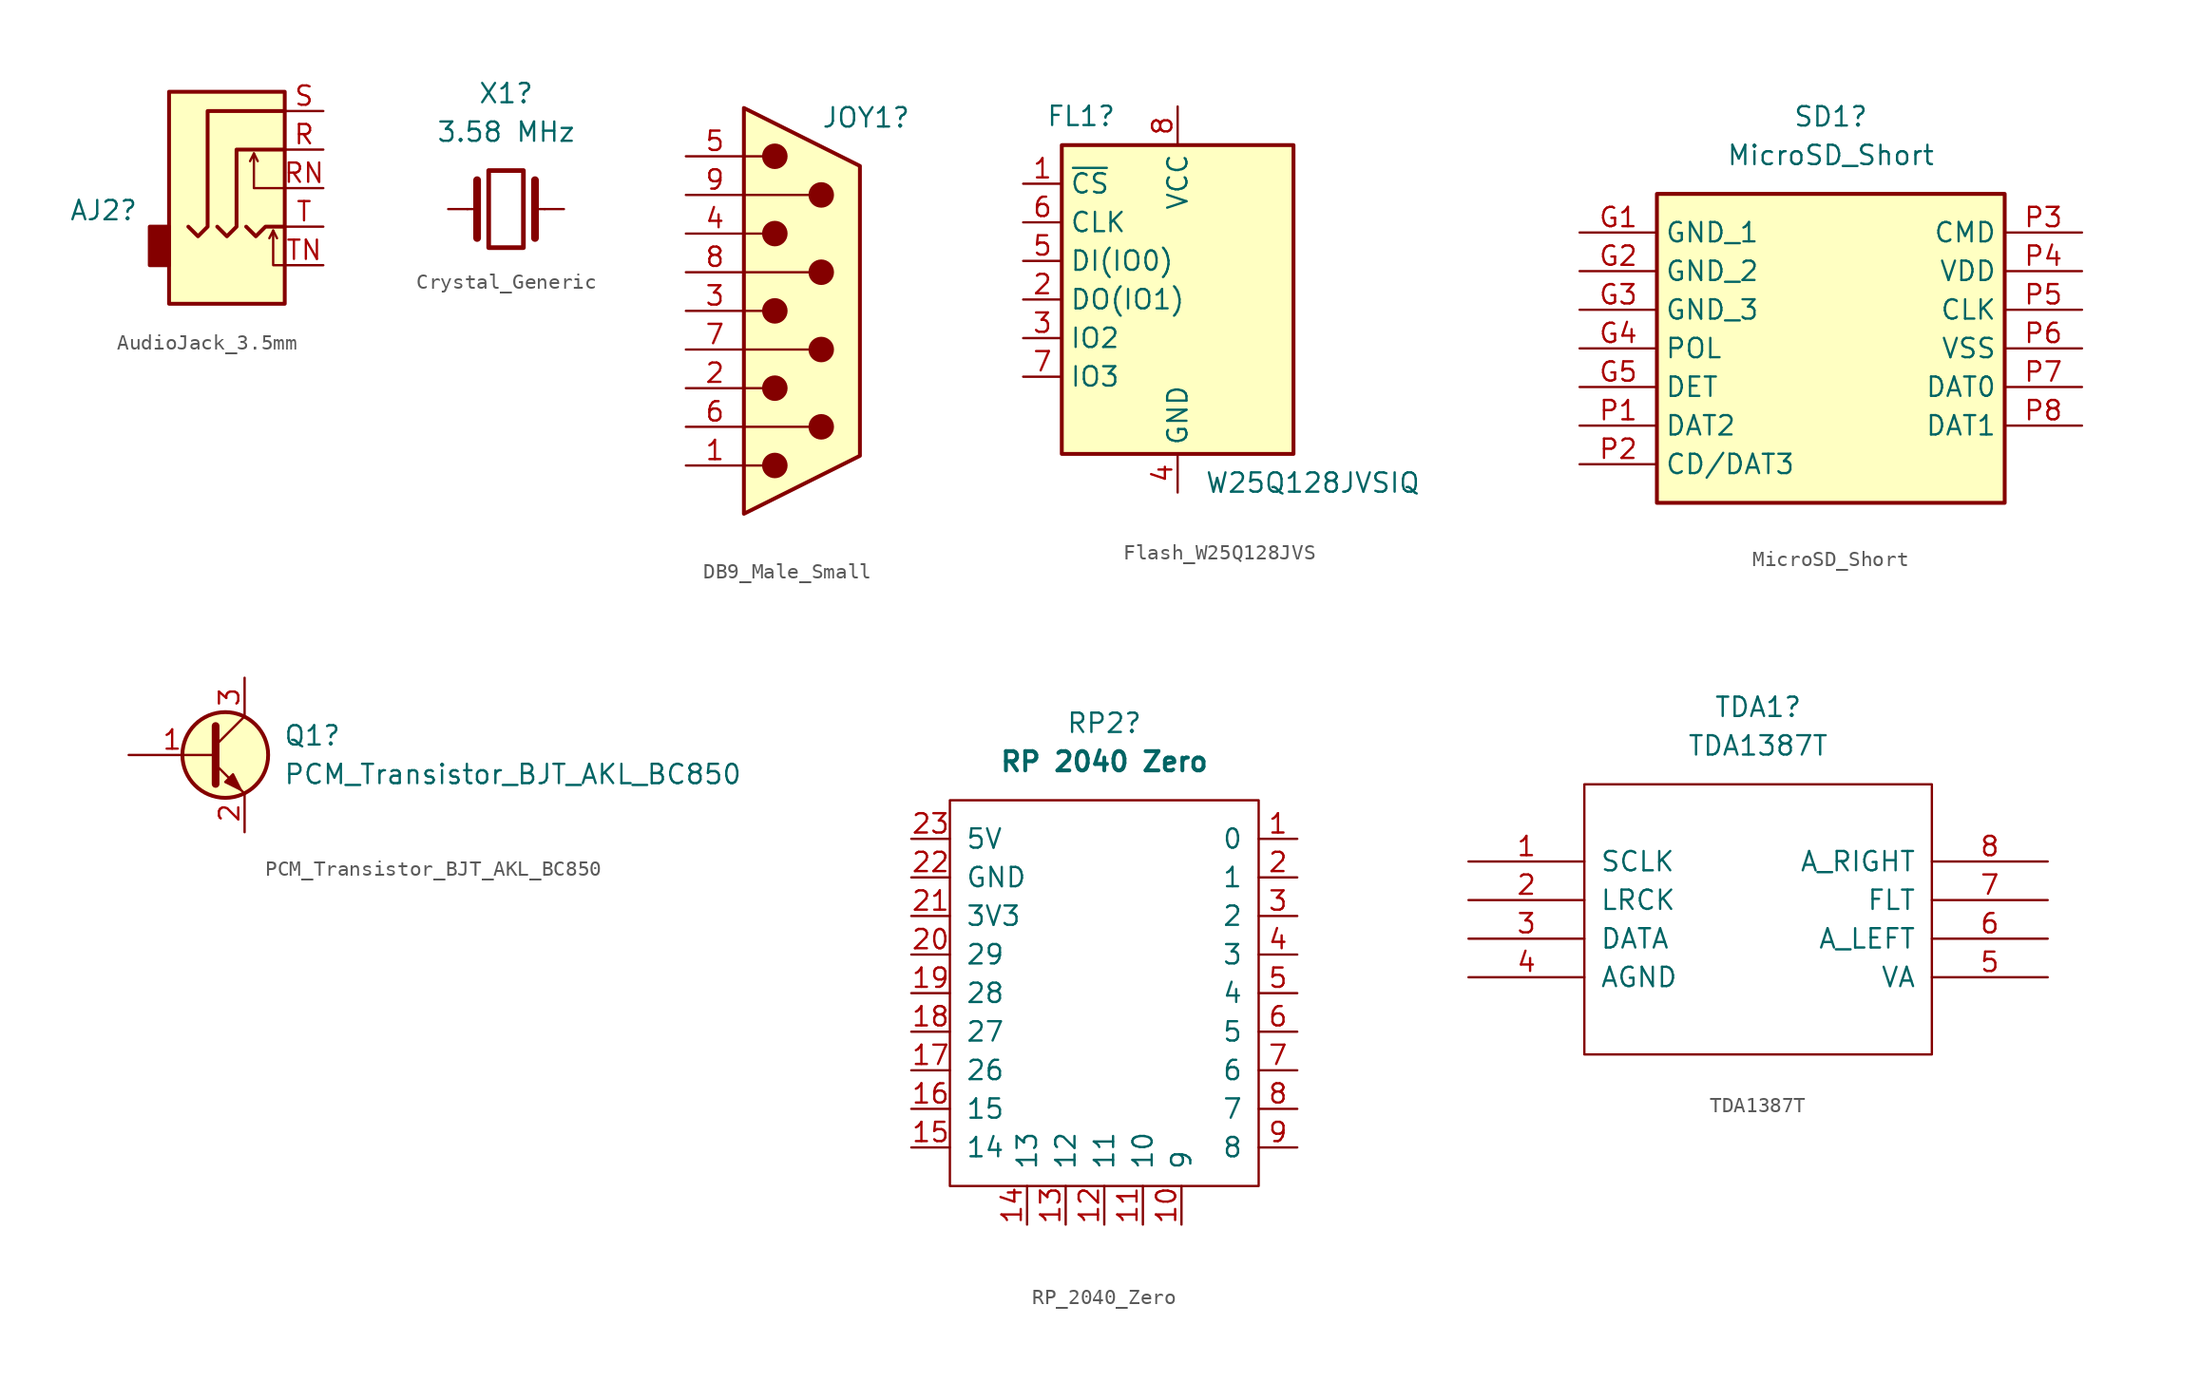
<source format=kicad_sym>
(kicad_symbol_lib
  (version 20241209)
  (generator "kicad_symbol_editor")
  (generator_version "9.0")
  (symbol "AudioJack_3.5mm"
    (property "Reference" "AJ2"
      (at -7.112 -4.01 0)
      (effects (font (size 1.27 1.27)) (justify right)))
    (symbol "AudioJack_3.5mm_0_1"
      (rectangle (start -5.08 -5.08) (end -6.35 -7.62) (stroke (width 0.254) (type default)) (fill (type outline)))
      (polyline (pts (xy -1.905 -5.08) (xy -1.27 -5.715) (xy -0.635 -5.08) (xy -0.635 0) (xy 2.54 0)) (stroke (width 0.254) (type default)) (fill (type none)))
      (polyline (pts (xy 0 -5.08) (xy 0.635 -5.715) (xy 1.27 -5.08) (xy 2.54 -5.08)) (stroke (width 0.254) (type default)) (fill (type none)))
      (polyline (pts (xy 0.508 -0.254) (xy 0.762 -0.762)) (stroke (width 0) (type default)) (fill (type none)))
      (polyline (pts (xy 1.778 -5.334) (xy 2.032 -5.842)) (stroke (width 0) (type default)) (fill (type none)))
      (rectangle (start 2.54 3.81) (end -5.08 -10.16) (stroke (width 0.254) (type default)) (fill (type background)))
      (polyline (pts (xy 2.54 2.54) (xy -2.54 2.54) (xy -2.54 -5.08) (xy -3.175 -5.715) (xy -3.81 -5.08)) (stroke (width 0.254) (type default)) (fill (type none)))
      (polyline (pts (xy 2.54 -2.54) (xy 0.508 -2.54) (xy 0.508 -0.254) (xy 0.254 -0.762)) (stroke (width 0) (type default)) (fill (type none)))
      (polyline (pts (xy 2.54 -7.62) (xy 1.778 -7.62) (xy 1.778 -5.334) (xy 1.524 -5.842)) (stroke (width 0) (type default)) (fill (type none))))
    (symbol "AudioJack_3.5mm_1_1"
      (pin passive line (at 5.08 2.54 180) (length 2.54) (name "~" (effects (font (size 1.27 1.27)))) (number "S" (effects (font (size 1.27 1.27)))))
      (pin passive line (at 5.08 0 180) (length 2.54) (name "~" (effects (font (size 1.27 1.27)))) (number "R" (effects (font (size 1.27 1.27)))))
      (pin passive line (at 5.08 -2.54 180) (length 2.54) (name "~" (effects (font (size 1.27 1.27)))) (number "RN" (effects (font (size 1.27 1.27)))))
      (pin passive line (at 5.08 -5.08 180) (length 2.54) (name "~" (effects (font (size 1.27 1.27)))) (number "T" (effects (font (size 1.27 1.27)))))
      (pin passive line (at 5.08 -7.62 180) (length 2.54) (name "~" (effects (font (size 1.27 1.27)))) (number "TN" (effects (font (size 1.27 1.27)))))))
  (symbol "Crystal_Generic"
    (pin_numbers
      (hide yes))
    (pin_names
      (offset 1.016)
      (hide yes))
    (property "Reference" "X1"
      (at 0 7.62 0)
      (effects (font (size 1.27 1.27))))
    (property "Value" "3.58 MHz"
      (at 0 5.08 0)
      (effects (font (size 1.27 1.27))))
    (symbol "Crystal_Generic_0_1"
      (polyline (pts (xy -2.54 0) (xy -1.905 0)) (stroke (width 0) (type default)) (fill (type none)))
      (polyline (pts (xy -1.905 -1.905) (xy -1.905 1.905)) (stroke (width 0.508) (type default)) (fill (type none)))
      (rectangle (start -1.143 2.54) (end 1.143 -2.54) (stroke (width 0.305) (type default)) (fill (type none)))
      (polyline (pts (xy 1.905 -1.905) (xy 1.905 1.905)) (stroke (width 0.508) (type default)) (fill (type none)))
      (polyline (pts (xy 2.54 0) (xy 1.905 0)) (stroke (width 0) (type default)) (fill (type none))))
    (symbol "Crystal_Generic_1_1"
      (pin passive line (at -3.81 0 0) (length 1.27) (name "1" (effects (font (size 1.27 1.27)))) (number "1" (effects (font (size 1.27 1.27)))))
      (pin passive line (at 3.81 0 180) (length 1.27) (name "2" (effects (font (size 1.27 1.27)))) (number "2" (effects (font (size 1.27 1.27)))))))
  (symbol "DB9_Male_Small"
    (pin_names
      (offset 1.016)
      (hide yes))
    (property "Reference" "JOY1"
      (at 1.27 12.7 0)
      (effects (font (size 1.27 1.27)) (justify left)))
    (symbol "DB9_Male_Small_0_1"
      (polyline (pts (xy -3.81 10.16) (xy -2.54 10.16)) (stroke (width 0) (type default)) (fill (type none)))
      (polyline (pts (xy -3.81 7.62) (xy 0.508 7.62)) (stroke (width 0) (type default)) (fill (type none)))
      (polyline (pts (xy -3.81 5.08) (xy -2.54 5.08)) (stroke (width 0) (type default)) (fill (type none)))
      (polyline (pts (xy -3.81 2.54) (xy 0.508 2.54)) (stroke (width 0) (type default)) (fill (type none)))
      (polyline (pts (xy -3.81 0) (xy -2.54 0)) (stroke (width 0) (type default)) (fill (type none)))
      (polyline (pts (xy -3.81 -2.54) (xy 0.508 -2.54)) (stroke (width 0) (type default)) (fill (type none)))
      (polyline (pts (xy -3.81 -5.08) (xy -2.54 -5.08)) (stroke (width 0) (type default)) (fill (type none)))
      (polyline (pts (xy -3.81 -7.62) (xy 0.508 -7.62)) (stroke (width 0) (type default)) (fill (type none)))
      (polyline (pts (xy -3.81 -10.16) (xy -2.54 -10.16)) (stroke (width 0) (type default)) (fill (type none)))
      (polyline (pts (xy -3.81 -13.335) (xy -3.81 13.335) (xy 3.81 9.525) (xy 3.81 -9.525) (xy -3.81 -13.335)) (stroke (width 0.254) (type default)) (fill (type background)))
      (circle (center -1.778 10.16) (radius 0.762) (stroke (width 0) (type default)) (fill (type outline)))
      (circle (center -1.778 5.08) (radius 0.762) (stroke (width 0) (type default)) (fill (type outline)))
      (circle (center -1.778 0) (radius 0.762) (stroke (width 0) (type default)) (fill (type outline)))
      (circle (center -1.778 -5.08) (radius 0.762) (stroke (width 0) (type default)) (fill (type outline)))
      (circle (center -1.778 -10.16) (radius 0.762) (stroke (width 0) (type default)) (fill (type outline)))
      (circle (center 1.27 7.62) (radius 0.762) (stroke (width 0) (type default)) (fill (type outline)))
      (circle (center 1.27 2.54) (radius 0.762) (stroke (width 0) (type default)) (fill (type outline)))
      (circle (center 1.27 -2.54) (radius 0.762) (stroke (width 0) (type default)) (fill (type outline)))
      (circle (center 1.27 -7.62) (radius 0.762) (stroke (width 0) (type default)) (fill (type outline))))
    (symbol "DB9_Male_Small_1_1"
      (pin passive line (at -7.62 10.16 0) (length 3.81) (name "5" (effects (font (size 1.27 1.27)))) (number "5" (effects (font (size 1.27 1.27)))))
      (pin passive line (at -7.62 7.62 0) (length 3.81) (name "9" (effects (font (size 1.27 1.27)))) (number "9" (effects (font (size 1.27 1.27)))))
      (pin passive line (at -7.62 5.08 0) (length 3.81) (name "4" (effects (font (size 1.27 1.27)))) (number "4" (effects (font (size 1.27 1.27)))))
      (pin passive line (at -7.62 2.54 0) (length 3.81) (name "8" (effects (font (size 1.27 1.27)))) (number "8" (effects (font (size 1.27 1.27)))))
      (pin passive line (at -7.62 0 0) (length 3.81) (name "3" (effects (font (size 1.27 1.27)))) (number "3" (effects (font (size 1.27 1.27)))))
      (pin passive line (at -7.62 -2.54 0) (length 3.81) (name "7" (effects (font (size 1.27 1.27)))) (number "7" (effects (font (size 1.27 1.27)))))
      (pin passive line (at -7.62 -5.08 0) (length 3.81) (name "2" (effects (font (size 1.27 1.27)))) (number "2" (effects (font (size 1.27 1.27)))))
      (pin passive line (at -7.62 -7.62 0) (length 3.81) (name "6" (effects (font (size 1.27 1.27)))) (number "6" (effects (font (size 1.27 1.27)))))
      (pin passive line (at -7.62 -10.16 0) (length 3.81) (name "1" (effects (font (size 1.27 1.27)))) (number "1" (effects (font (size 1.27 1.27)))))))
  (symbol "Flash_W25Q128JVS"
    (property "Reference" "FL1"
      (at -6.35 12.065 0)
      (effects (font (size 1.27 1.27))))
    (property "Value" "W25Q128JVSIQ"
      (at 8.89 -12.065 0)
      (effects (font (size 1.27 1.27))))
    (symbol "Flash_W25Q128JVS_0_1"
      (rectangle (start -7.62 10.16) (end 7.62 -10.16) (stroke (width 0.254) (type default)) (fill (type background))))
    (symbol "Flash_W25Q128JVS_1_1"
      (pin input line (at -10.16 7.62 0) (length 2.54) (name "~{CS}" (effects (font (size 1.27 1.27)))) (number "1" (effects (font (size 1.27 1.27)))))
      (pin input line (at -10.16 5.08 0) (length 2.54) (name "CLK" (effects (font (size 1.27 1.27)))) (number "6" (effects (font (size 1.27 1.27)))))
      (pin bidirectional line (at -10.16 2.54 0) (length 2.54) (name "DI(IO0)" (effects (font (size 1.27 1.27)))) (number "5" (effects (font (size 1.27 1.27)))))
      (pin bidirectional line (at -10.16 0 0) (length 2.54) (name "DO(IO1)" (effects (font (size 1.27 1.27)))) (number "2" (effects (font (size 1.27 1.27)))))
      (pin bidirectional line (at -10.16 -2.54 0) (length 2.54) (name "IO2" (effects (font (size 1.27 1.27)))) (number "3" (effects (font (size 1.27 1.27)))))
      (pin bidirectional line (at -10.16 -5.08 0) (length 2.54) (name "IO3" (effects (font (size 1.27 1.27)))) (number "7" (effects (font (size 1.27 1.27)))))
      (pin power_in line (at 0 12.7 270) (length 2.54) (name "VCC" (effects (font (size 1.27 1.27)))) (number "8" (effects (font (size 1.27 1.27)))))
      (pin power_in line (at 0 -12.7 90) (length 2.54) (name "GND" (effects (font (size 1.27 1.27)))) (number "4" (effects (font (size 1.27 1.27)))))))
  (symbol "MicroSD_Short"
    (property "Reference" "SD1"
      (at 16.51 7.62 0)
      (effects (font (size 1.27 1.27))))
    (property "Value" "MicroSD_Short"
      (at 16.51 5.08 0)
      (effects (font (size 1.27 1.27))))
    (symbol "MicroSD_Short_1_1"
      (rectangle (start 5.08 2.54) (end 27.94 -17.78) (stroke (width 0.254) (type default)) (fill (type background)))
      (pin passive line (at 0 0 0) (length 5.08) (name "GND_1" (effects (font (size 1.27 1.27)))) (number "G1" (effects (font (size 1.27 1.27)))))
      (pin passive line (at 0 -2.54 0) (length 5.08) (name "GND_2" (effects (font (size 1.27 1.27)))) (number "G2" (effects (font (size 1.27 1.27)))))
      (pin passive line (at 0 -5.08 0) (length 5.08) (name "GND_3" (effects (font (size 1.27 1.27)))) (number "G3" (effects (font (size 1.27 1.27)))))
      (pin passive line (at 0 -7.62 0) (length 5.08) (name "POL" (effects (font (size 1.27 1.27)))) (number "G4" (effects (font (size 1.27 1.27)))))
      (pin passive line (at 0 -10.16 0) (length 5.08) (name "DET" (effects (font (size 1.27 1.27)))) (number "G5" (effects (font (size 1.27 1.27)))))
      (pin passive line (at 0 -12.7 0) (length 5.08) (name "DAT2" (effects (font (size 1.27 1.27)))) (number "P1" (effects (font (size 1.27 1.27)))))
      (pin passive line (at 0 -15.24 0) (length 5.08) (name "CD/DAT3" (effects (font (size 1.27 1.27)))) (number "P2" (effects (font (size 1.27 1.27)))))
      (pin passive line (at 33.02 0 180) (length 5.08) (name "CMD" (effects (font (size 1.27 1.27)))) (number "P3" (effects (font (size 1.27 1.27)))))
      (pin passive line (at 33.02 -2.54 180) (length 5.08) (name "VDD" (effects (font (size 1.27 1.27)))) (number "P4" (effects (font (size 1.27 1.27)))))
      (pin passive line (at 33.02 -5.08 180) (length 5.08) (name "CLK" (effects (font (size 1.27 1.27)))) (number "P5" (effects (font (size 1.27 1.27)))))
      (pin passive line (at 33.02 -7.62 180) (length 5.08) (name "VSS" (effects (font (size 1.27 1.27)))) (number "P6" (effects (font (size 1.27 1.27)))))
      (pin passive line (at 33.02 -10.16 180) (length 5.08) (name "DAT0" (effects (font (size 1.27 1.27)))) (number "P7" (effects (font (size 1.27 1.27)))))
      (pin passive line (at 33.02 -12.7 180) (length 5.08) (name "DAT1" (effects (font (size 1.27 1.27)))) (number "P8" (effects (font (size 1.27 1.27)))))))
  (symbol "PCM_Transistor_BJT_AKL_BC850"
    (pin_names
      (hide yes))
    (property "Reference" "Q1"
      (at 5.08 1.27 0)
      (effects (font (size 1.27 1.27)) (justify left)))
    (property "Value" "PCM_Transistor_BJT_AKL_BC850"
      (at 5.08 -1.27 0)
      (effects (font (size 1.27 1.27)) (justify left)))
    (symbol "PCM_Transistor_BJT_AKL_BC850_0_1"
      (polyline (pts (xy 0.635 1.905) (xy 0.635 -1.905) (xy 0.635 -1.905)) (stroke (width 0.508) (type default)) (fill (type none)))
      (polyline (pts (xy 0.635 0.635) (xy 2.54 2.54)) (stroke (width 0) (type default)) (fill (type none)))
      (polyline (pts (xy 0.635 -0.635) (xy 2.54 -2.54) (xy 2.54 -2.54)) (stroke (width 0) (type default)) (fill (type none)))
      (circle (center 1.27 0) (radius 2.819) (stroke (width 0.254) (type default)) (fill (type background)))
      (polyline (pts (xy 1.27 -1.778) (xy 1.778 -1.27) (xy 2.286 -2.286) (xy 1.27 -1.778) (xy 1.27 -1.778)) (stroke (width 0) (type default)) (fill (type outline))))
    (symbol "PCM_Transistor_BJT_AKL_BC850_1_1"
      (pin input line (at -5.08 0 0) (length 5.715) (name "B" (effects (font (size 1.27 1.27)))) (number "1" (effects (font (size 1.27 1.27)))))
      (pin passive line (at 2.54 5.08 270) (length 2.54) (name "C" (effects (font (size 1.27 1.27)))) (number "3" (effects (font (size 1.27 1.27)))))
      (pin passive line (at 2.54 -5.08 90) (length 2.54) (name "E" (effects (font (size 1.27 1.27)))) (number "2" (effects (font (size 1.27 1.27)))))))
  (symbol "RP_2040_Zero"
    (pin_names
      (offset 1.016))
    (property "Reference" "RP2"
      (at 0 16.51 0)
      (effects (font (size 1.27 1.27))))
    (property "Value" "RP 2040 Zero"
      (at 0 13.97 0)
      (effects (font (size 1.27 1.27) (bold yes))))
    (symbol "RP_2040_Zero_0_1"
      (rectangle (start -10.16 11.43) (end 10.16 -13.97) (stroke (width 0) (type default)) (fill (type none))))
    (symbol "RP_2040_Zero_1_1"
      (pin power_out line (at -12.7 8.89 0) (length 2.54) (name "5V" (effects (font (size 1.27 1.27)))) (number "23" (effects (font (size 1.27 1.27)))))
      (pin power_out line (at -12.7 6.35 0) (length 2.54) (name "GND" (effects (font (size 1.27 1.27)))) (number "22" (effects (font (size 1.27 1.27)))))
      (pin power_out line (at -12.7 3.81 0) (length 2.54) (name "3V3" (effects (font (size 1.27 1.27)))) (number "21" (effects (font (size 1.27 1.27)))))
      (pin bidirectional line (at -12.7 1.27 0) (length 2.54) (name "29" (effects (font (size 1.27 1.27)))) (number "20" (effects (font (size 1.27 1.27)))))
      (pin bidirectional line (at -12.7 -1.27 0) (length 2.54) (name "28" (effects (font (size 1.27 1.27)))) (number "19" (effects (font (size 1.27 1.27)))))
      (pin bidirectional line (at -12.7 -3.81 0) (length 2.54) (name "27" (effects (font (size 1.27 1.27)))) (number "18" (effects (font (size 1.27 1.27)))))
      (pin bidirectional line (at -12.7 -6.35 0) (length 2.54) (name "26" (effects (font (size 1.27 1.27)))) (number "17" (effects (font (size 1.27 1.27)))))
      (pin bidirectional line (at -12.7 -8.89 0) (length 2.54) (name "15" (effects (font (size 1.27 1.27)))) (number "16" (effects (font (size 1.27 1.27)))))
      (pin bidirectional line (at -12.7 -11.43 0) (length 2.54) (name "14" (effects (font (size 1.27 1.27)))) (number "15" (effects (font (size 1.27 1.27)))))
      (pin bidirectional line (at -5.08 -16.51 90) (length 2.54) (name "13" (effects (font (size 1.27 1.27)))) (number "14" (effects (font (size 1.27 1.27)))))
      (pin bidirectional line (at -2.54 -16.51 90) (length 2.54) (name "12" (effects (font (size 1.27 1.27)))) (number "13" (effects (font (size 1.27 1.27)))))
      (pin bidirectional line (at 0 -16.51 90) (length 2.54) (name "11" (effects (font (size 1.27 1.27)))) (number "12" (effects (font (size 1.27 1.27)))))
      (pin bidirectional line (at 2.54 -16.51 90) (length 2.54) (name "10" (effects (font (size 1.27 1.27)))) (number "11" (effects (font (size 1.27 1.27)))))
      (pin bidirectional line (at 5.08 -16.51 90) (length 2.54) (name "9" (effects (font (size 1.27 1.27)))) (number "10" (effects (font (size 1.27 1.27)))))
      (pin bidirectional line (at 12.7 8.89 180) (length 2.54) (name "0" (effects (font (size 1.27 1.27)))) (number "1" (effects (font (size 1.27 1.27)))))
      (pin bidirectional line (at 12.7 6.35 180) (length 2.54) (name "1" (effects (font (size 1.27 1.27)))) (number "2" (effects (font (size 1.27 1.27)))))
      (pin bidirectional line (at 12.7 3.81 180) (length 2.54) (name "2" (effects (font (size 1.27 1.27)))) (number "3" (effects (font (size 1.27 1.27)))))
      (pin bidirectional line (at 12.7 1.27 180) (length 2.54) (name "3" (effects (font (size 1.27 1.27)))) (number "4" (effects (font (size 1.27 1.27)))))
      (pin bidirectional line (at 12.7 -1.27 180) (length 2.54) (name "4" (effects (font (size 1.27 1.27)))) (number "5" (effects (font (size 1.27 1.27)))))
      (pin bidirectional line (at 12.7 -3.81 180) (length 2.54) (name "5" (effects (font (size 1.27 1.27)))) (number "6" (effects (font (size 1.27 1.27)))))
      (pin bidirectional line (at 12.7 -6.35 180) (length 2.54) (name "6" (effects (font (size 1.27 1.27)))) (number "7" (effects (font (size 1.27 1.27)))))
      (pin bidirectional line (at 12.7 -8.89 180) (length 2.54) (name "7" (effects (font (size 1.27 1.27)))) (number "8" (effects (font (size 1.27 1.27)))))
      (pin bidirectional line (at 12.7 -11.43 180) (length 2.54) (name "8" (effects (font (size 1.27 1.27)))) (number "9" (effects (font (size 1.27 1.27)))))))
  (symbol "TDA1387T"
    (pin_names
      (offset 1.016))
    (property "Reference" "TDA1"
      (at 0 13.97 0)
      (effects (font (size 1.27 1.27))))
    (property "Value" "TDA1387T"
      (at 0 11.43 0)
      (effects (font (size 1.27 1.27))))
    (symbol "TDA1387T_1_0"
      (rectangle (start -11.43 -8.89) (end 11.43 8.89) (stroke (width 0) (type solid)) (fill (type none))))
    (symbol "TDA1387T_1_1"
      (pin input line (at -19.05 3.81 0) (length 7.62) (name "SCLK" (effects (font (size 1.27 1.27)))) (number "1" (effects (font (size 1.27 1.27)))))
      (pin input line (at -19.05 1.27 0) (length 7.62) (name "LRCK" (effects (font (size 1.27 1.27)))) (number "2" (effects (font (size 1.27 1.27)))))
      (pin input line (at -19.05 -1.27 0) (length 7.62) (name "DATA" (effects (font (size 1.27 1.27)))) (number "3" (effects (font (size 1.27 1.27)))))
      (pin input line (at -19.05 -3.81 0) (length 7.62) (name "AGND" (effects (font (size 1.27 1.27)))) (number "4" (effects (font (size 1.27 1.27)))))
      (pin input line (at 19.05 3.81 180) (length 7.62) (name "A_RIGHT" (effects (font (size 1.27 1.27)))) (number "8" (effects (font (size 1.27 1.27)))))
      (pin input line (at 19.05 1.27 180) (length 7.62) (name "FLT" (effects (font (size 1.27 1.27)))) (number "7" (effects (font (size 1.27 1.27)))))
      (pin input line (at 19.05 -1.27 180) (length 7.62) (name "A_LEFT" (effects (font (size 1.27 1.27)))) (number "6" (effects (font (size 1.27 1.27)))))
      (pin input line (at 19.05 -3.81 180) (length 7.62) (name "VA" (effects (font (size 1.27 1.27)))) (number "5" (effects (font (size 1.27 1.27))))))))
</source>
